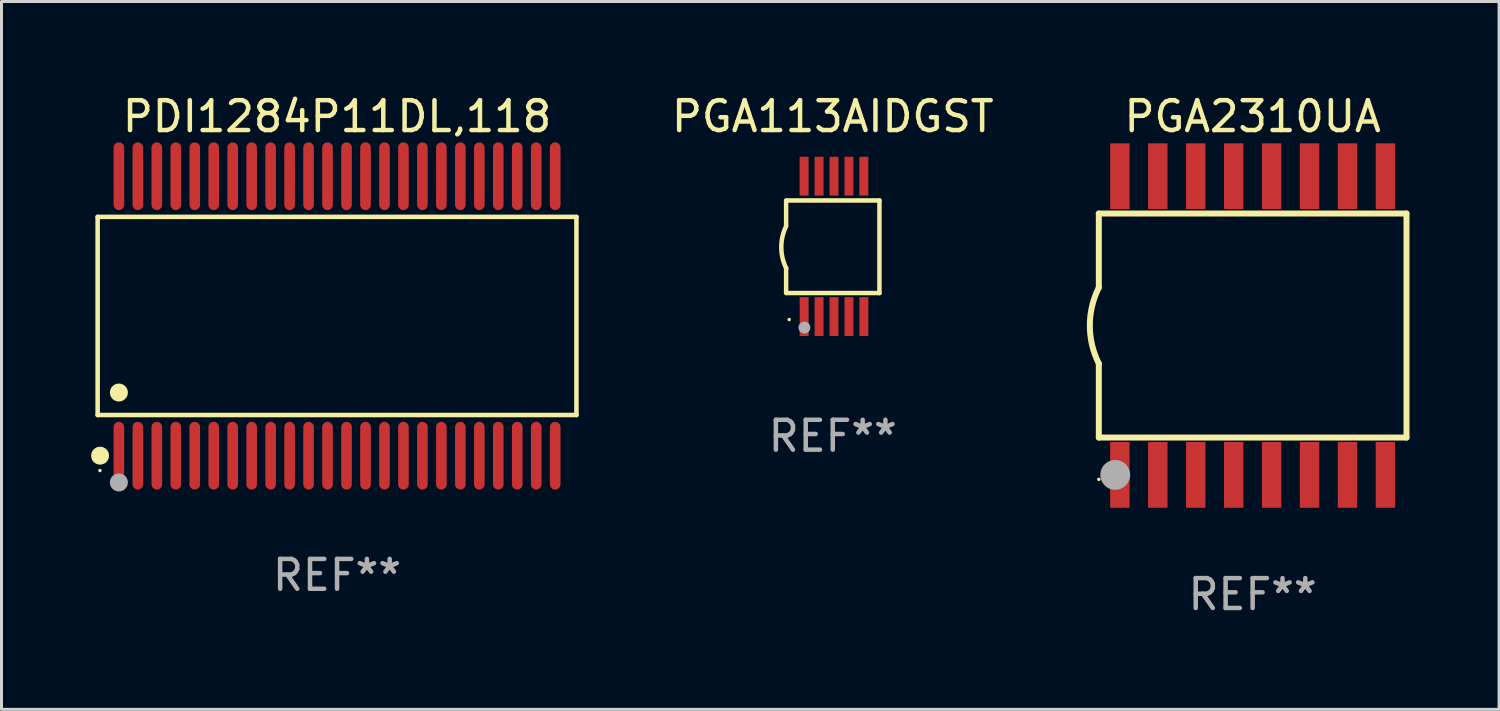
<source format=kicad_pcb>
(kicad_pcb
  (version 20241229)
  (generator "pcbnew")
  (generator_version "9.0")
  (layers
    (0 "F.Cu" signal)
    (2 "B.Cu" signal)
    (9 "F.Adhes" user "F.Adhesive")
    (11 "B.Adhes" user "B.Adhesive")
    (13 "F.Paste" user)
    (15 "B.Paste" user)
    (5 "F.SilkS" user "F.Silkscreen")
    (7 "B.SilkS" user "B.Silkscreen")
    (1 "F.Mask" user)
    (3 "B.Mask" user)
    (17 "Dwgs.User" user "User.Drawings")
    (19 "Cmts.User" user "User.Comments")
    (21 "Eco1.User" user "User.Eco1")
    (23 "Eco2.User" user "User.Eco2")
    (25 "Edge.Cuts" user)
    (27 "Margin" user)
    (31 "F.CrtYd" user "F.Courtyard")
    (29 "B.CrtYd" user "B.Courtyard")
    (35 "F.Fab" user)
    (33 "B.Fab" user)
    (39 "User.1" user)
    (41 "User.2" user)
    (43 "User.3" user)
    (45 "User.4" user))
  (footprint "PGA113AIDGST"
    (layer "F.Cu")
    (at 24.829 5.198)
    (property "Reference" "PGA113AIDGST" (at 0 -4.35 0) (layer "F.SilkS") (effects (font (size 1 1) (thickness 0.15))))
    (attr through_hole)
    (fp_line (start -1.562 -1.537) (end -1.562 -0.698) (stroke (width 0.15) (type solid)) (layer "F.SilkS"))
    (fp_line (start -1.562 0.724) (end -1.562 1.562) (stroke (width 0.15) (type solid)) (layer "F.SilkS"))
    (fp_line (start -1.538 -1.537) (end 1.562 -1.537) (stroke (width 0.15) (type solid)) (layer "F.SilkS"))
    (fp_line (start -1.538 1.562) (end 1.562 1.562) (stroke (width 0.15) (type solid)) (layer "F.SilkS"))
    (fp_line (start 1.562 1.564) (end 1.562 -1.537) (stroke (width 0.15) (type solid)) (layer "F.SilkS"))
    (fp_arc (start -1.562103 0.724079) (mid -1.723579 0.025578) (end -1.562103 -0.672924) (stroke (width 0.150013) (type solid)) (layer "F.SilkS"))
    (fp_circle (center -1.459 2.45) (end -1.429 2.45) (stroke (width 0.06) (type solid)) (fill no) (layer "F.SilkS"))
    (fp_circle (center -0.95 2.718) (end -0.85 2.718) (stroke (width 0.2) (type solid)) (fill no) (layer "F.Fab"))
    (fp_text user "REF**" (at 0 6.35 0) (layer "F.Fab") (effects (font (size 1 1) (thickness 0.15))))
    (pad "1" smd rect (at -0.959 2.35) (size 0.3 1.3) (layers "F.Cu" "F.Mask" "F.Paste"))
    (pad "2" smd rect (at -0.459 2.35) (size 0.3 1.3) (layers "F.Cu" "F.Mask" "F.Paste"))
    (pad "3" smd rect (at 0.04 2.35) (size 0.3 1.3) (layers "F.Cu" "F.Mask" "F.Paste"))
    (pad "4" smd rect (at 0.541 2.35) (size 0.3 1.3) (layers "F.Cu" "F.Mask" "F.Paste"))
    (pad "5" smd rect (at 1.041 2.35) (size 0.3 1.3) (layers "F.Cu" "F.Mask" "F.Paste"))
    (pad "6" smd rect (at 1.04 -2.35) (size 0.3 1.3) (layers "F.Cu" "F.Mask" "F.Paste"))
    (pad "7" smd rect (at 0.541 -2.35) (size 0.3 1.3) (layers "F.Cu" "F.Mask" "F.Paste"))
    (pad "8" smd rect (at 0.041 -2.35) (size 0.3 1.3) (layers "F.Cu" "F.Mask" "F.Paste"))
    (pad "9" smd rect (at -0.459 -2.35) (size 0.3 1.3) (layers "F.Cu" "F.Mask" "F.Paste"))
    (pad "10" smd rect (at -0.96 -2.35) (size 0.3 1.3) (layers "F.Cu" "F.Mask" "F.Paste")))
  (footprint "PGA2310UA"
    (layer "F.Cu")
    (at 38.885 7.848)
    (property "Reference" "PGA2310UA" (at 0 -7 0) (layer "F.SilkS") (effects (font (size 1 1) (thickness 0.15))))
    (attr through_hole)
    (fp_line (start -5.15 -3.75) (end -5.15 -1.27) (stroke (width 0.2) (type solid)) (layer "F.SilkS"))
    (fp_line (start -5.15 -3.75) (end 5.15 -3.75) (stroke (width 0.2) (type solid)) (layer "F.SilkS"))
    (fp_line (start -5.15 3.75) (end -5.15 1.27) (stroke (width 0.2) (type solid)) (layer "F.SilkS"))
    (fp_line (start 5.15 -3.75) (end 5.15 3.75) (stroke (width 0.2) (type solid)) (layer "F.SilkS"))
    (fp_line (start 5.15 3.75) (end -5.15 3.75) (stroke (width 0.2) (type solid)) (layer "F.SilkS"))
    (fp_arc (start -5.151131 1.270003) (mid -5.450556 -0.000132) (end -5.150013 -1.270003) (stroke (width 0.2) (type solid)) (layer "F.SilkS"))
    (fp_circle (center -5.15 5.15) (end -5.12 5.15) (stroke (width 0.06) (type solid)) (fill no) (layer "F.SilkS"))
    (fp_circle (center -4.6 5) (end -4.35 5) (stroke (width 0.5) (type solid)) (fill no) (layer "F.Fab"))
    (fp_text user "REF**" (at 0 9 0) (layer "F.Fab") (effects (font (size 1 1) (thickness 0.15))))
    (pad "1" smd rect (at -4.445 5) (size 0.65 2.2) (layers "F.Cu" "F.Mask" "F.Paste"))
    (pad "2" smd rect (at -3.175 5) (size 0.65 2.2) (layers "F.Cu" "F.Mask" "F.Paste"))
    (pad "3" smd rect (at -1.905 5) (size 0.65 2.2) (layers "F.Cu" "F.Mask" "F.Paste"))
    (pad "4" smd rect (at -0.635 5) (size 0.65 2.2) (layers "F.Cu" "F.Mask" "F.Paste"))
    (pad "5" smd rect (at 0.635 5) (size 0.65 2.2) (layers "F.Cu" "F.Mask" "F.Paste"))
    (pad "6" smd rect (at 1.905 5) (size 0.65 2.2) (layers "F.Cu" "F.Mask" "F.Paste"))
    (pad "7" smd rect (at 3.175 5) (size 0.65 2.2) (layers "F.Cu" "F.Mask" "F.Paste"))
    (pad "8" smd rect (at 4.445 5) (size 0.65 2.2) (layers "F.Cu" "F.Mask" "F.Paste"))
    (pad "9" smd rect (at 4.445 -5) (size 0.65 2.2) (layers "F.Cu" "F.Mask" "F.Paste"))
    (pad "10" smd rect (at 3.175 -5) (size 0.65 2.2) (layers "F.Cu" "F.Mask" "F.Paste"))
    (pad "11" smd rect (at 1.905 -5) (size 0.65 2.2) (layers "F.Cu" "F.Mask" "F.Paste"))
    (pad "12" smd rect (at 0.635 -5) (size 0.65 2.2) (layers "F.Cu" "F.Mask" "F.Paste"))
    (pad "13" smd rect (at -0.635 -5) (size 0.65 2.2) (layers "F.Cu" "F.Mask" "F.Paste"))
    (pad "14" smd rect (at -1.905 -5) (size 0.65 2.2) (layers "F.Cu" "F.Mask" "F.Paste"))
    (pad "15" smd rect (at -3.175 -5) (size 0.65 2.2) (layers "F.Cu" "F.Mask" "F.Paste"))
    (pad "16" smd rect (at -4.445 -5) (size 0.65 2.2) (layers "F.Cu" "F.Mask" "F.Paste")))
  (footprint "PDI1284P11DL,118"
    (layer "F.Cu")
    (at 8.233 7.527)
    (property "Reference" "PDI1284P11DL,118" (at 0 -6.678 0) (layer "F.SilkS") (effects (font (size 1 1) (thickness 0.15))))
    (attr through_hole)
    (fp_line (start -8.014 -3.316) (end 8.014 -3.316) (stroke (width 0.152) (type solid)) (layer "F.SilkS"))
    (fp_line (start -8.014 3.316) (end -8.014 -3.316) (stroke (width 0.152) (type solid)) (layer "F.SilkS"))
    (fp_line (start 8.014 -3.316) (end 8.014 3.316) (stroke (width 0.152) (type solid)) (layer "F.SilkS"))
    (fp_line (start 8.014 3.316) (end -8.014 3.316) (stroke (width 0.152) (type solid)) (layer "F.SilkS"))
    (fp_circle (center -7.938 5.175) (end -7.908 5.175) (stroke (width 0.06) (type solid)) (fill no) (layer "F.SilkS"))
    (fp_circle (center -7.933 4.678) (end -7.783 4.678) (stroke (width 0.3) (type solid)) (fill no) (layer "F.SilkS"))
    (fp_circle (center -7.303 2.564) (end -7.152 2.564) (stroke (width 0.3) (type solid)) (fill no) (layer "F.SilkS"))
    (fp_circle (center -7.303 5.575) (end -7.152 5.575) (stroke (width 0.3) (type solid)) (fill no) (layer "F.Fab"))
    (fp_text user "REF**" (at 0 8.678 0) (layer "F.Fab") (effects (font (size 1 1) (thickness 0.15))))
    (pad "1" smd oval (at -7.303 4.678) (size 0.356 2.267) (layers "F.Cu" "F.Mask" "F.Paste"))
    (pad "2" smd oval (at -6.668 4.678) (size 0.356 2.267) (layers "F.Cu" "F.Mask" "F.Paste"))
    (pad "3" smd oval (at -6.033 4.678) (size 0.356 2.267) (layers "F.Cu" "F.Mask" "F.Paste"))
    (pad "4" smd oval (at -5.398 4.678) (size 0.356 2.267) (layers "F.Cu" "F.Mask" "F.Paste"))
    (pad "5" smd oval (at -4.763 4.678) (size 0.356 2.267) (layers "F.Cu" "F.Mask" "F.Paste"))
    (pad "6" smd oval (at -4.128 4.678) (size 0.356 2.267) (layers "F.Cu" "F.Mask" "F.Paste"))
    (pad "7" smd oval (at -3.493 4.678) (size 0.356 2.267) (layers "F.Cu" "F.Mask" "F.Paste"))
    (pad "8" smd oval (at -2.858 4.678) (size 0.356 2.267) (layers "F.Cu" "F.Mask" "F.Paste"))
    (pad "9" smd oval (at -2.223 4.678) (size 0.356 2.267) (layers "F.Cu" "F.Mask" "F.Paste"))
    (pad "10" smd oval (at -1.588 4.678) (size 0.356 2.267) (layers "F.Cu" "F.Mask" "F.Paste"))
    (pad "11" smd oval (at -0.953 4.678) (size 0.356 2.267) (layers "F.Cu" "F.Mask" "F.Paste"))
    (pad "12" smd oval (at -0.318 4.678) (size 0.356 2.267) (layers "F.Cu" "F.Mask" "F.Paste"))
    (pad "13" smd oval (at 0.318 4.678) (size 0.356 2.267) (layers "F.Cu" "F.Mask" "F.Paste"))
    (pad "14" smd oval (at 0.953 4.678) (size 0.356 2.267) (layers "F.Cu" "F.Mask" "F.Paste"))
    (pad "15" smd oval (at 1.588 4.678) (size 0.356 2.267) (layers "F.Cu" "F.Mask" "F.Paste"))
    (pad "16" smd oval (at 2.223 4.678) (size 0.356 2.267) (layers "F.Cu" "F.Mask" "F.Paste"))
    (pad "17" smd oval (at 2.858 4.678) (size 0.356 2.267) (layers "F.Cu" "F.Mask" "F.Paste"))
    (pad "18" smd oval (at 3.493 4.678) (size 0.356 2.267) (layers "F.Cu" "F.Mask" "F.Paste"))
    (pad "19" smd oval (at 4.128 4.678) (size 0.356 2.267) (layers "F.Cu" "F.Mask" "F.Paste"))
    (pad "20" smd oval (at 4.763 4.678) (size 0.356 2.267) (layers "F.Cu" "F.Mask" "F.Paste"))
    (pad "21" smd oval (at 5.398 4.678) (size 0.356 2.267) (layers "F.Cu" "F.Mask" "F.Paste"))
    (pad "22" smd oval (at 6.033 4.678) (size 0.356 2.267) (layers "F.Cu" "F.Mask" "F.Paste"))
    (pad "23" smd oval (at 6.668 4.678) (size 0.356 2.267) (layers "F.Cu" "F.Mask" "F.Paste"))
    (pad "24" smd oval (at 7.303 4.678) (size 0.356 2.267) (layers "F.Cu" "F.Mask" "F.Paste"))
    (pad "25" smd oval (at 7.303 -4.678) (size 0.356 2.267) (layers "F.Cu" "F.Mask" "F.Paste"))
    (pad "26" smd oval (at 6.668 -4.678) (size 0.356 2.267) (layers "F.Cu" "F.Mask" "F.Paste"))
    (pad "27" smd oval (at 6.033 -4.678) (size 0.356 2.267) (layers "F.Cu" "F.Mask" "F.Paste"))
    (pad "28" smd oval (at 5.398 -4.678) (size 0.356 2.267) (layers "F.Cu" "F.Mask" "F.Paste"))
    (pad "29" smd oval (at 4.763 -4.678) (size 0.356 2.267) (layers "F.Cu" "F.Mask" "F.Paste"))
    (pad "30" smd oval (at 4.128 -4.678) (size 0.356 2.267) (layers "F.Cu" "F.Mask" "F.Paste"))
    (pad "31" smd oval (at 3.493 -4.678) (size 0.356 2.267) (layers "F.Cu" "F.Mask" "F.Paste"))
    (pad "32" smd oval (at 2.858 -4.678) (size 0.356 2.267) (layers "F.Cu" "F.Mask" "F.Paste"))
    (pad "33" smd oval (at 2.223 -4.678) (size 0.356 2.267) (layers "F.Cu" "F.Mask" "F.Paste"))
    (pad "34" smd oval (at 1.588 -4.678) (size 0.356 2.267) (layers "F.Cu" "F.Mask" "F.Paste"))
    (pad "35" smd oval (at 0.953 -4.678) (size 0.356 2.267) (layers "F.Cu" "F.Mask" "F.Paste"))
    (pad "36" smd oval (at 0.318 -4.678) (size 0.356 2.267) (layers "F.Cu" "F.Mask" "F.Paste"))
    (pad "37" smd oval (at -0.318 -4.678) (size 0.356 2.267) (layers "F.Cu" "F.Mask" "F.Paste"))
    (pad "38" smd oval (at -0.953 -4.678) (size 0.356 2.267) (layers "F.Cu" "F.Mask" "F.Paste"))
    (pad "39" smd oval (at -1.588 -4.678) (size 0.356 2.267) (layers "F.Cu" "F.Mask" "F.Paste"))
    (pad "40" smd oval (at -2.223 -4.678) (size 0.356 2.267) (layers "F.Cu" "F.Mask" "F.Paste"))
    (pad "41" smd oval (at -2.858 -4.678) (size 0.356 2.267) (layers "F.Cu" "F.Mask" "F.Paste"))
    (pad "42" smd oval (at -3.493 -4.678) (size 0.356 2.267) (layers "F.Cu" "F.Mask" "F.Paste"))
    (pad "43" smd oval (at -4.128 -4.678) (size 0.356 2.267) (layers "F.Cu" "F.Mask" "F.Paste"))
    (pad "44" smd oval (at -4.763 -4.678) (size 0.356 2.267) (layers "F.Cu" "F.Mask" "F.Paste"))
    (pad "45" smd oval (at -5.398 -4.678) (size 0.356 2.267) (layers "F.Cu" "F.Mask" "F.Paste"))
    (pad "46" smd oval (at -6.033 -4.678) (size 0.356 2.267) (layers "F.Cu" "F.Mask" "F.Paste"))
    (pad "47" smd oval (at -6.668 -4.678) (size 0.356 2.267) (layers "F.Cu" "F.Mask" "F.Paste"))
    (pad "48" smd oval (at -7.303 -4.678) (size 0.356 2.267) (layers "F.Cu" "F.Mask" "F.Paste")))
  (gr_rect
    (start -3 -3)
    (end 47.135 20.697)
    (stroke (width 0.1) (type default))
    (fill no)
    (layer "Edge.Cuts")))
</source>
